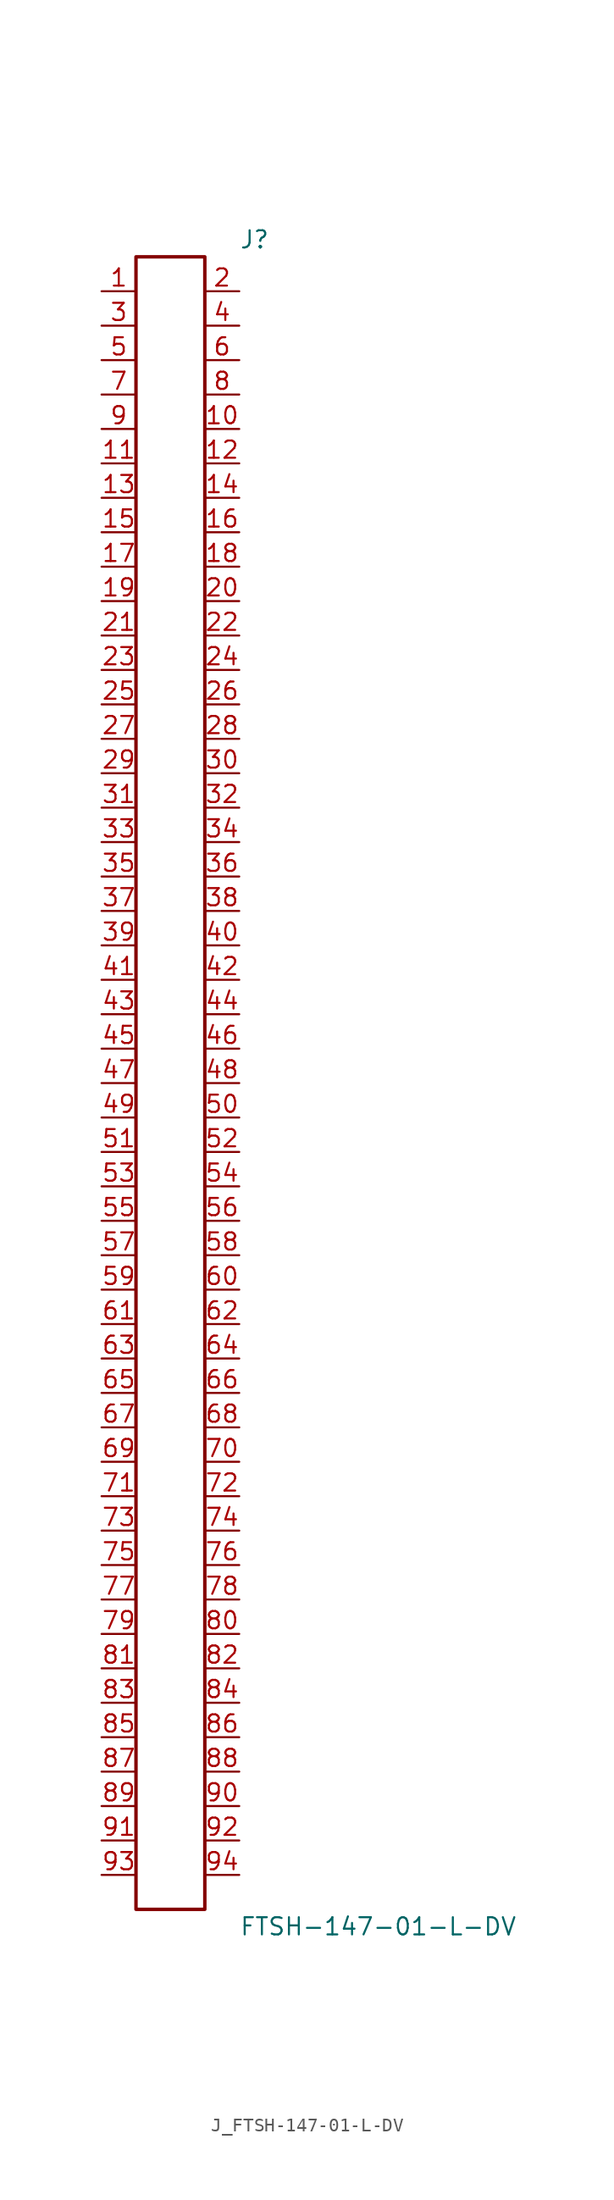
<source format=kicad_sym>
(kicad_symbol_lib
  (version 20231120)
  (generator kicad_symbol_editor)
  (generator_version 8.0)
  (symbol "J_FTSH-147-01-L-DV"
    (pin_names
      (offset 0.254))
    (property "Reference" "J"
      (at 5.08 62.23 0)
      (effects (font (size 1.27 1.27)) (justify left)))
    (property "Value" "FTSH-147-01-L-DV"
      (at 5.08 -62.23 0)
      (effects (font (size 1.27 1.27)) (justify left)))
    (symbol "J_FTSH-147-01-L-DV_0_0"
      (pin passive line (at -5.08 58.42 0) (length 2.54) (name "" (effects (font (size 1.27 1.27)))) (number "1" (effects (font (size 1.27 1.27)))))
      (pin passive line (at 5.08 58.42 180) (length 2.54) (name "" (effects (font (size 1.27 1.27)))) (number "2" (effects (font (size 1.27 1.27)))))
      (pin passive line (at -5.08 55.88 0) (length 2.54) (name "" (effects (font (size 1.27 1.27)))) (number "3" (effects (font (size 1.27 1.27)))))
      (pin passive line (at 5.08 55.88 180) (length 2.54) (name "" (effects (font (size 1.27 1.27)))) (number "4" (effects (font (size 1.27 1.27)))))
      (pin passive line (at -5.08 53.34 0) (length 2.54) (name "" (effects (font (size 1.27 1.27)))) (number "5" (effects (font (size 1.27 1.27)))))
      (pin passive line (at 5.08 53.34 180) (length 2.54) (name "" (effects (font (size 1.27 1.27)))) (number "6" (effects (font (size 1.27 1.27)))))
      (pin passive line (at -5.08 50.8 0) (length 2.54) (name "" (effects (font (size 1.27 1.27)))) (number "7" (effects (font (size 1.27 1.27)))))
      (pin passive line (at 5.08 50.8 180) (length 2.54) (name "" (effects (font (size 1.27 1.27)))) (number "8" (effects (font (size 1.27 1.27)))))
      (pin passive line (at -5.08 48.26 0) (length 2.54) (name "" (effects (font (size 1.27 1.27)))) (number "9" (effects (font (size 1.27 1.27)))))
      (pin passive line (at 5.08 48.26 180) (length 2.54) (name "" (effects (font (size 1.27 1.27)))) (number "10" (effects (font (size 1.27 1.27)))))
      (pin passive line (at -5.08 45.72 0) (length 2.54) (name "" (effects (font (size 1.27 1.27)))) (number "11" (effects (font (size 1.27 1.27)))))
      (pin passive line (at 5.08 45.72 180) (length 2.54) (name "" (effects (font (size 1.27 1.27)))) (number "12" (effects (font (size 1.27 1.27)))))
      (pin passive line (at -5.08 43.18 0) (length 2.54) (name "" (effects (font (size 1.27 1.27)))) (number "13" (effects (font (size 1.27 1.27)))))
      (pin passive line (at 5.08 43.18 180) (length 2.54) (name "" (effects (font (size 1.27 1.27)))) (number "14" (effects (font (size 1.27 1.27)))))
      (pin passive line (at -5.08 40.64 0) (length 2.54) (name "" (effects (font (size 1.27 1.27)))) (number "15" (effects (font (size 1.27 1.27)))))
      (pin passive line (at 5.08 40.64 180) (length 2.54) (name "" (effects (font (size 1.27 1.27)))) (number "16" (effects (font (size 1.27 1.27)))))
      (pin passive line (at -5.08 38.1 0) (length 2.54) (name "" (effects (font (size 1.27 1.27)))) (number "17" (effects (font (size 1.27 1.27)))))
      (pin passive line (at 5.08 38.1 180) (length 2.54) (name "" (effects (font (size 1.27 1.27)))) (number "18" (effects (font (size 1.27 1.27)))))
      (pin passive line (at -5.08 35.56 0) (length 2.54) (name "" (effects (font (size 1.27 1.27)))) (number "19" (effects (font (size 1.27 1.27)))))
      (pin passive line (at 5.08 35.56 180) (length 2.54) (name "" (effects (font (size 1.27 1.27)))) (number "20" (effects (font (size 1.27 1.27)))))
      (pin passive line (at -5.08 33.02 0) (length 2.54) (name "" (effects (font (size 1.27 1.27)))) (number "21" (effects (font (size 1.27 1.27)))))
      (pin passive line (at 5.08 33.02 180) (length 2.54) (name "" (effects (font (size 1.27 1.27)))) (number "22" (effects (font (size 1.27 1.27)))))
      (pin passive line (at -5.08 30.48 0) (length 2.54) (name "" (effects (font (size 1.27 1.27)))) (number "23" (effects (font (size 1.27 1.27)))))
      (pin passive line (at 5.08 30.48 180) (length 2.54) (name "" (effects (font (size 1.27 1.27)))) (number "24" (effects (font (size 1.27 1.27)))))
      (pin passive line (at -5.08 27.94 0) (length 2.54) (name "" (effects (font (size 1.27 1.27)))) (number "25" (effects (font (size 1.27 1.27)))))
      (pin passive line (at 5.08 27.94 180) (length 2.54) (name "" (effects (font (size 1.27 1.27)))) (number "26" (effects (font (size 1.27 1.27)))))
      (pin passive line (at -5.08 25.4 0) (length 2.54) (name "" (effects (font (size 1.27 1.27)))) (number "27" (effects (font (size 1.27 1.27)))))
      (pin passive line (at 5.08 25.4 180) (length 2.54) (name "" (effects (font (size 1.27 1.27)))) (number "28" (effects (font (size 1.27 1.27)))))
      (pin passive line (at -5.08 22.86 0) (length 2.54) (name "" (effects (font (size 1.27 1.27)))) (number "29" (effects (font (size 1.27 1.27)))))
      (pin passive line (at 5.08 22.86 180) (length 2.54) (name "" (effects (font (size 1.27 1.27)))) (number "30" (effects (font (size 1.27 1.27)))))
      (pin passive line (at -5.08 20.32 0) (length 2.54) (name "" (effects (font (size 1.27 1.27)))) (number "31" (effects (font (size 1.27 1.27)))))
      (pin passive line (at 5.08 20.32 180) (length 2.54) (name "" (effects (font (size 1.27 1.27)))) (number "32" (effects (font (size 1.27 1.27)))))
      (pin passive line (at -5.08 17.78 0) (length 2.54) (name "" (effects (font (size 1.27 1.27)))) (number "33" (effects (font (size 1.27 1.27)))))
      (pin passive line (at 5.08 17.78 180) (length 2.54) (name "" (effects (font (size 1.27 1.27)))) (number "34" (effects (font (size 1.27 1.27)))))
      (pin passive line (at -5.08 15.24 0) (length 2.54) (name "" (effects (font (size 1.27 1.27)))) (number "35" (effects (font (size 1.27 1.27)))))
      (pin passive line (at 5.08 15.24 180) (length 2.54) (name "" (effects (font (size 1.27 1.27)))) (number "36" (effects (font (size 1.27 1.27)))))
      (pin passive line (at -5.08 12.7 0) (length 2.54) (name "" (effects (font (size 1.27 1.27)))) (number "37" (effects (font (size 1.27 1.27)))))
      (pin passive line (at 5.08 12.7 180) (length 2.54) (name "" (effects (font (size 1.27 1.27)))) (number "38" (effects (font (size 1.27 1.27)))))
      (pin passive line (at -5.08 10.16 0) (length 2.54) (name "" (effects (font (size 1.27 1.27)))) (number "39" (effects (font (size 1.27 1.27)))))
      (pin passive line (at 5.08 10.16 180) (length 2.54) (name "" (effects (font (size 1.27 1.27)))) (number "40" (effects (font (size 1.27 1.27)))))
      (pin passive line (at -5.08 7.62 0) (length 2.54) (name "" (effects (font (size 1.27 1.27)))) (number "41" (effects (font (size 1.27 1.27)))))
      (pin passive line (at 5.08 7.62 180) (length 2.54) (name "" (effects (font (size 1.27 1.27)))) (number "42" (effects (font (size 1.27 1.27)))))
      (pin passive line (at -5.08 5.08 0) (length 2.54) (name "" (effects (font (size 1.27 1.27)))) (number "43" (effects (font (size 1.27 1.27)))))
      (pin passive line (at 5.08 5.08 180) (length 2.54) (name "" (effects (font (size 1.27 1.27)))) (number "44" (effects (font (size 1.27 1.27)))))
      (pin passive line (at -5.08 2.54 0) (length 2.54) (name "" (effects (font (size 1.27 1.27)))) (number "45" (effects (font (size 1.27 1.27)))))
      (pin passive line (at 5.08 2.54 180) (length 2.54) (name "" (effects (font (size 1.27 1.27)))) (number "46" (effects (font (size 1.27 1.27)))))
      (pin passive line (at -5.08 0.0 0) (length 2.54) (name "" (effects (font (size 1.27 1.27)))) (number "47" (effects (font (size 1.27 1.27)))))
      (pin passive line (at 5.08 0.0 180) (length 2.54) (name "" (effects (font (size 1.27 1.27)))) (number "48" (effects (font (size 1.27 1.27)))))
      (pin passive line (at -5.08 -2.54 0) (length 2.54) (name "" (effects (font (size 1.27 1.27)))) (number "49" (effects (font (size 1.27 1.27)))))
      (pin passive line (at 5.08 -2.54 180) (length 2.54) (name "" (effects (font (size 1.27 1.27)))) (number "50" (effects (font (size 1.27 1.27)))))
      (pin passive line (at -5.08 -5.08 0) (length 2.54) (name "" (effects (font (size 1.27 1.27)))) (number "51" (effects (font (size 1.27 1.27)))))
      (pin passive line (at 5.08 -5.08 180) (length 2.54) (name "" (effects (font (size 1.27 1.27)))) (number "52" (effects (font (size 1.27 1.27)))))
      (pin passive line (at -5.08 -7.62 0) (length 2.54) (name "" (effects (font (size 1.27 1.27)))) (number "53" (effects (font (size 1.27 1.27)))))
      (pin passive line (at 5.08 -7.62 180) (length 2.54) (name "" (effects (font (size 1.27 1.27)))) (number "54" (effects (font (size 1.27 1.27)))))
      (pin passive line (at -5.08 -10.16 0) (length 2.54) (name "" (effects (font (size 1.27 1.27)))) (number "55" (effects (font (size 1.27 1.27)))))
      (pin passive line (at 5.08 -10.16 180) (length 2.54) (name "" (effects (font (size 1.27 1.27)))) (number "56" (effects (font (size 1.27 1.27)))))
      (pin passive line (at -5.08 -12.7 0) (length 2.54) (name "" (effects (font (size 1.27 1.27)))) (number "57" (effects (font (size 1.27 1.27)))))
      (pin passive line (at 5.08 -12.7 180) (length 2.54) (name "" (effects (font (size 1.27 1.27)))) (number "58" (effects (font (size 1.27 1.27)))))
      (pin passive line (at -5.08 -15.24 0) (length 2.54) (name "" (effects (font (size 1.27 1.27)))) (number "59" (effects (font (size 1.27 1.27)))))
      (pin passive line (at 5.08 -15.24 180) (length 2.54) (name "" (effects (font (size 1.27 1.27)))) (number "60" (effects (font (size 1.27 1.27)))))
      (pin passive line (at -5.08 -17.78 0) (length 2.54) (name "" (effects (font (size 1.27 1.27)))) (number "61" (effects (font (size 1.27 1.27)))))
      (pin passive line (at 5.08 -17.78 180) (length 2.54) (name "" (effects (font (size 1.27 1.27)))) (number "62" (effects (font (size 1.27 1.27)))))
      (pin passive line (at -5.08 -20.32 0) (length 2.54) (name "" (effects (font (size 1.27 1.27)))) (number "63" (effects (font (size 1.27 1.27)))))
      (pin passive line (at 5.08 -20.32 180) (length 2.54) (name "" (effects (font (size 1.27 1.27)))) (number "64" (effects (font (size 1.27 1.27)))))
      (pin passive line (at -5.08 -22.86 0) (length 2.54) (name "" (effects (font (size 1.27 1.27)))) (number "65" (effects (font (size 1.27 1.27)))))
      (pin passive line (at 5.08 -22.86 180) (length 2.54) (name "" (effects (font (size 1.27 1.27)))) (number "66" (effects (font (size 1.27 1.27)))))
      (pin passive line (at -5.08 -25.4 0) (length 2.54) (name "" (effects (font (size 1.27 1.27)))) (number "67" (effects (font (size 1.27 1.27)))))
      (pin passive line (at 5.08 -25.4 180) (length 2.54) (name "" (effects (font (size 1.27 1.27)))) (number "68" (effects (font (size 1.27 1.27)))))
      (pin passive line (at -5.08 -27.94 0) (length 2.54) (name "" (effects (font (size 1.27 1.27)))) (number "69" (effects (font (size 1.27 1.27)))))
      (pin passive line (at 5.08 -27.94 180) (length 2.54) (name "" (effects (font (size 1.27 1.27)))) (number "70" (effects (font (size 1.27 1.27)))))
      (pin passive line (at -5.08 -30.48 0) (length 2.54) (name "" (effects (font (size 1.27 1.27)))) (number "71" (effects (font (size 1.27 1.27)))))
      (pin passive line (at 5.08 -30.48 180) (length 2.54) (name "" (effects (font (size 1.27 1.27)))) (number "72" (effects (font (size 1.27 1.27)))))
      (pin passive line (at -5.08 -33.02 0) (length 2.54) (name "" (effects (font (size 1.27 1.27)))) (number "73" (effects (font (size 1.27 1.27)))))
      (pin passive line (at 5.08 -33.02 180) (length 2.54) (name "" (effects (font (size 1.27 1.27)))) (number "74" (effects (font (size 1.27 1.27)))))
      (pin passive line (at -5.08 -35.56 0) (length 2.54) (name "" (effects (font (size 1.27 1.27)))) (number "75" (effects (font (size 1.27 1.27)))))
      (pin passive line (at 5.08 -35.56 180) (length 2.54) (name "" (effects (font (size 1.27 1.27)))) (number "76" (effects (font (size 1.27 1.27)))))
      (pin passive line (at -5.08 -38.1 0) (length 2.54) (name "" (effects (font (size 1.27 1.27)))) (number "77" (effects (font (size 1.27 1.27)))))
      (pin passive line (at 5.08 -38.1 180) (length 2.54) (name "" (effects (font (size 1.27 1.27)))) (number "78" (effects (font (size 1.27 1.27)))))
      (pin passive line (at -5.08 -40.64 0) (length 2.54) (name "" (effects (font (size 1.27 1.27)))) (number "79" (effects (font (size 1.27 1.27)))))
      (pin passive line (at 5.08 -40.64 180) (length 2.54) (name "" (effects (font (size 1.27 1.27)))) (number "80" (effects (font (size 1.27 1.27)))))
      (pin passive line (at -5.08 -43.18 0) (length 2.54) (name "" (effects (font (size 1.27 1.27)))) (number "81" (effects (font (size 1.27 1.27)))))
      (pin passive line (at 5.08 -43.18 180) (length 2.54) (name "" (effects (font (size 1.27 1.27)))) (number "82" (effects (font (size 1.27 1.27)))))
      (pin passive line (at -5.08 -45.72 0) (length 2.54) (name "" (effects (font (size 1.27 1.27)))) (number "83" (effects (font (size 1.27 1.27)))))
      (pin passive line (at 5.08 -45.72 180) (length 2.54) (name "" (effects (font (size 1.27 1.27)))) (number "84" (effects (font (size 1.27 1.27)))))
      (pin passive line (at -5.08 -48.26 0) (length 2.54) (name "" (effects (font (size 1.27 1.27)))) (number "85" (effects (font (size 1.27 1.27)))))
      (pin passive line (at 5.08 -48.26 180) (length 2.54) (name "" (effects (font (size 1.27 1.27)))) (number "86" (effects (font (size 1.27 1.27)))))
      (pin passive line (at -5.08 -50.8 0) (length 2.54) (name "" (effects (font (size 1.27 1.27)))) (number "87" (effects (font (size 1.27 1.27)))))
      (pin passive line (at 5.08 -50.8 180) (length 2.54) (name "" (effects (font (size 1.27 1.27)))) (number "88" (effects (font (size 1.27 1.27)))))
      (pin passive line (at -5.08 -53.34 0) (length 2.54) (name "" (effects (font (size 1.27 1.27)))) (number "89" (effects (font (size 1.27 1.27)))))
      (pin passive line (at 5.08 -53.34 180) (length 2.54) (name "" (effects (font (size 1.27 1.27)))) (number "90" (effects (font (size 1.27 1.27)))))
      (pin passive line (at -5.08 -55.88 0) (length 2.54) (name "" (effects (font (size 1.27 1.27)))) (number "91" (effects (font (size 1.27 1.27)))))
      (pin passive line (at 5.08 -55.88 180) (length 2.54) (name "" (effects (font (size 1.27 1.27)))) (number "92" (effects (font (size 1.27 1.27)))))
      (pin passive line (at -5.08 -58.42 0) (length 2.54) (name "" (effects (font (size 1.27 1.27)))) (number "93" (effects (font (size 1.27 1.27)))))
      (pin passive line (at 5.08 -58.42 180) (length 2.54) (name "" (effects (font (size 1.27 1.27)))) (number "94" (effects (font (size 1.27 1.27))))))
    (symbol "J_FTSH-147-01-L-DV_1_0"
      (rectangle (start -2.54 60.96) (end 2.54 -60.96) (stroke (width 0.254) (type solid)) (fill (type none))))))
</source>
